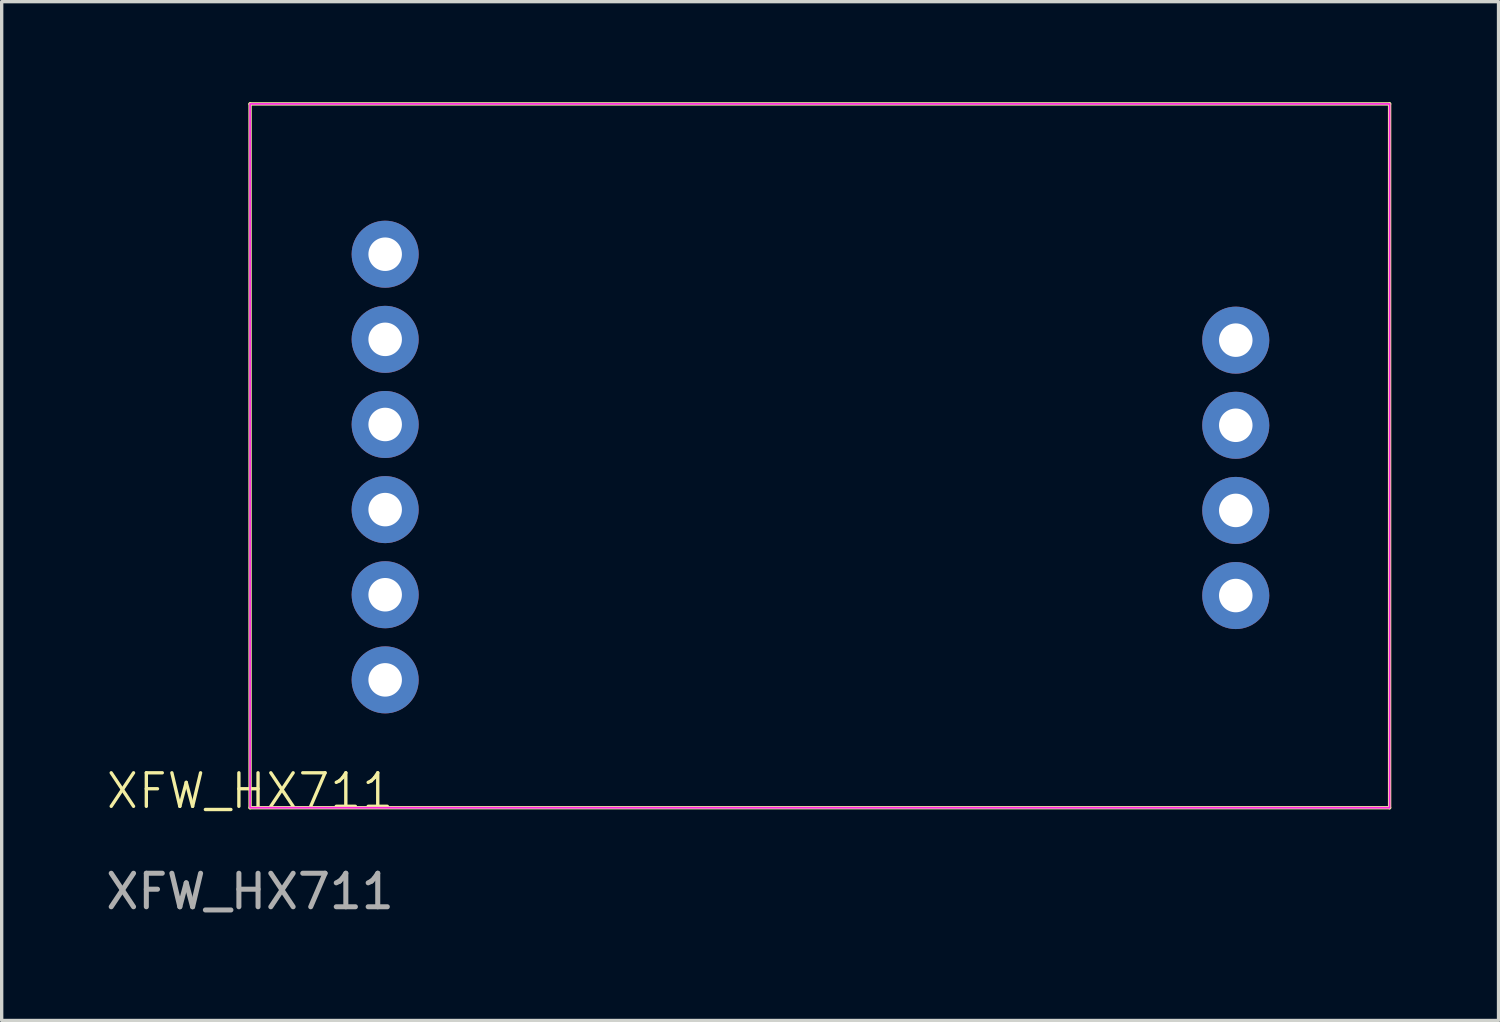
<source format=kicad_pcb>
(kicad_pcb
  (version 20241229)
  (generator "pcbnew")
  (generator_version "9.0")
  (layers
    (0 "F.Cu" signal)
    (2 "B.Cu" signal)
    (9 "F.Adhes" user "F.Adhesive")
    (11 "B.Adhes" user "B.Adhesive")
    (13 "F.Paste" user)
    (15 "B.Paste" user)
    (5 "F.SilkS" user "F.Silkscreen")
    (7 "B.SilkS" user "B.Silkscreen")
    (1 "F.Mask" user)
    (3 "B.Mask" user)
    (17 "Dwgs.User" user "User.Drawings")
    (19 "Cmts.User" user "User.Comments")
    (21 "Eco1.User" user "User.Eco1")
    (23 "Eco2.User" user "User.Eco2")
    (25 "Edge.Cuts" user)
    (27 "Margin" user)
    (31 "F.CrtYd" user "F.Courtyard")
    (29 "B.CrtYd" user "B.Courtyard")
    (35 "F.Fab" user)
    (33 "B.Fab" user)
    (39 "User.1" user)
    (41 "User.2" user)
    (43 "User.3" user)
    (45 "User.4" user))
  (footprint "XFW_HX711"
    (layer "F.Cu")
    (at 38.411 21.05)
    (property "Reference" "XFW_HX711" (at -34 -0.5 0) (unlocked yes) (layer "F.SilkS") (effects (font (size 1 1) (thickness 0.1))))
    (attr through_hole)
    (fp_line (start -34 -21) (end 0 -21) (stroke (width 0.1) (type default)) (layer "F.SilkS"))
    (fp_line (start -34 0) (end -34 -21) (stroke (width 0.1) (type default)) (layer "F.SilkS"))
    (fp_line (start 0 -21) (end 0 0) (stroke (width 0.1) (type default)) (layer "F.SilkS"))
    (fp_line (start 0 0) (end -34 0) (stroke (width 0.1) (type default)) (layer "F.SilkS"))
    (fp_rect (start -34 -21) (end 0 0) (stroke (width 0.05) (type default)) (fill no) (layer "F.CrtYd"))
    (fp_text user "${REFERENCE}" (at -34 2.5 0) (unlocked yes) (layer "F.Fab") (effects (font (size 1 1) (thickness 0.15))))
    (pad "1" thru_hole circle (at -29.969 -3.815) (size 2 2) (drill 1) (layers "*.Cu" "*.Mask"))
    (pad "2" thru_hole circle (at -29.969 -6.355) (size 2 2) (drill 1) (layers "*.Cu" "*.Mask"))
    (pad "3" thru_hole circle (at -29.969 -8.895) (size 2 2) (drill 1) (layers "*.Cu" "*.Mask"))
    (pad "4" thru_hole circle (at -29.969 -11.435) (size 2 2) (drill 1) (layers "*.Cu" "*.Mask"))
    (pad "5" thru_hole circle (at -29.969 -13.975) (size 2 2) (drill 1) (layers "*.Cu" "*.Mask"))
    (pad "6" thru_hole circle (at -29.969 -16.515) (size 2 2) (drill 1) (layers "*.Cu" "*.Mask"))
    (pad "7" thru_hole circle (at -4.59 -13.951) (size 2 2) (drill 1) (layers "*.Cu" "*.Mask"))
    (pad "8" thru_hole circle (at -4.59 -11.411) (size 2 2) (drill 1) (layers "*.Cu" "*.Mask"))
    (pad "9" thru_hole circle (at -4.59 -8.871) (size 2 2) (drill 1) (layers "*.Cu" "*.Mask"))
    (pad "10" thru_hole circle (at -4.59 -6.331) (size 2 2) (drill 1) (layers "*.Cu" "*.Mask"))
    (zone (net_name "") (layer "F.SilkS") (hatch edge 0.5) (connect_pads) (min_thickness 0.25) (filled_areas_thickness no) (keepout (tracks allowed) (vias allowed) (pads not_allowed) (copperpour allowed) (footprints not_allowed)) (placement (enabled no)) (fill) (polygon (pts (xy 4.411 0.05) (xy 38.411 0.05) (xy 38.411 21.05) (xy 4.411 21.05)))))
  (gr_rect
    (start -3 -3)
    (end 41.661 27.398)
    (stroke (width 0.1) (type default))
    (fill no)
    (layer "Edge.Cuts")))
</source>
